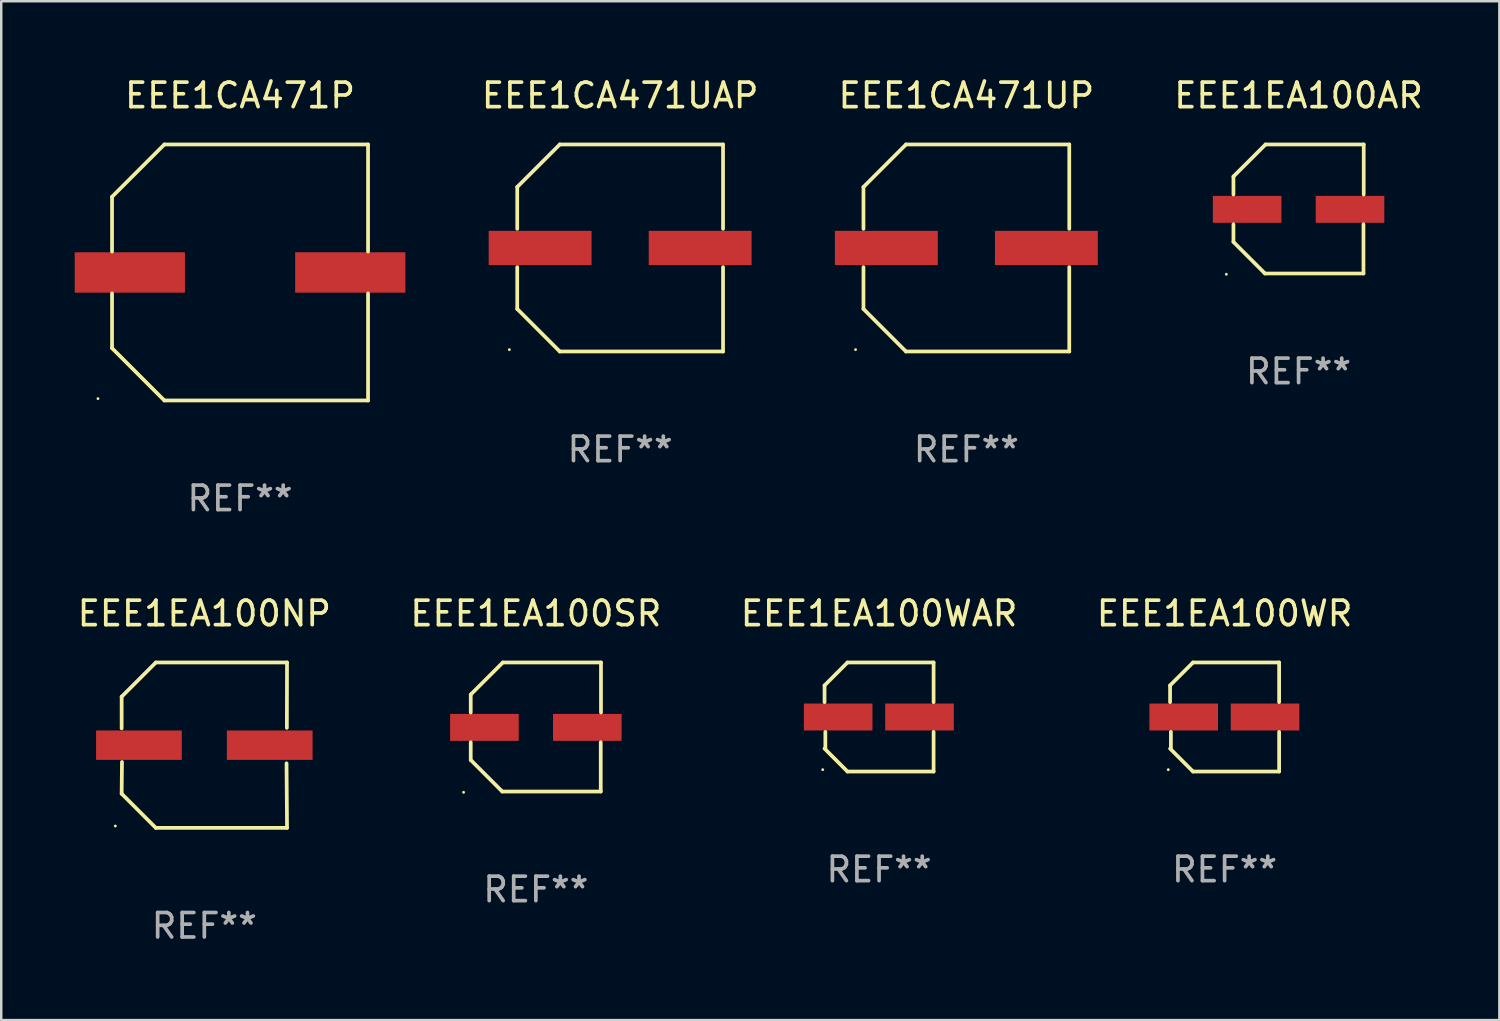
<source format=kicad_pcb>
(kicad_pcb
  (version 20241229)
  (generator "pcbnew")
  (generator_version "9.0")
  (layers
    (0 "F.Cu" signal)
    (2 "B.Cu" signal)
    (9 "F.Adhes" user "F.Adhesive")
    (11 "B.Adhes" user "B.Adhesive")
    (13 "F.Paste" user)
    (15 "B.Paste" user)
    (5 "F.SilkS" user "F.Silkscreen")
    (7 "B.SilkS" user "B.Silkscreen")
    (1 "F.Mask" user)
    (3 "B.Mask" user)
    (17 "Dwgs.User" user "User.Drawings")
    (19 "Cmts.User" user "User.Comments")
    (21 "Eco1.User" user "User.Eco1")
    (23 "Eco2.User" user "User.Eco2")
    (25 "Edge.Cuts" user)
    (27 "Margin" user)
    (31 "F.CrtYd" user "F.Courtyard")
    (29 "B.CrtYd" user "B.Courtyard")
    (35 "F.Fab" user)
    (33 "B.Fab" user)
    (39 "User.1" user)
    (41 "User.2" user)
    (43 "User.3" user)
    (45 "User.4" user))
  (footprint "EEE1EA100AR"
    (layer "F.Cu")
    (at 49.966 5.482)
    (property "Reference" "EEE1EA100AR" (at 0 -4.634 0) (layer "F.SilkS") (effects (font (size 1 1) (thickness 0.15))))
    (attr through_hole)
    (fp_line (start -2.659 -1.326) (end -2.659 -0.592) (stroke (width 0.152) (type solid)) (layer "F.SilkS"))
    (fp_line (start -2.659 1.346) (end -2.659 0.622) (stroke (width 0.152) (type solid)) (layer "F.SilkS"))
    (fp_line (start -1.372 2.634) (end -2.659 1.346) (stroke (width 0.152) (type solid)) (layer "F.SilkS"))
    (fp_line (start -1.349 -2.634) (end -2.659 -1.326) (stroke (width 0.152) (type solid)) (layer "F.SilkS"))
    (fp_line (start 2.649 0.622) (end 2.649 2.634) (stroke (width 0.152) (type solid)) (layer "F.SilkS"))
    (fp_line (start 2.649 2.634) (end -1.372 2.634) (stroke (width 0.152) (type solid)) (layer "F.SilkS"))
    (fp_line (start 2.659 -2.634) (end -1.349 -2.634) (stroke (width 0.152) (type solid)) (layer "F.SilkS"))
    (fp_line (start 2.659 -0.592) (end 2.659 -2.634) (stroke (width 0.152) (type solid)) (layer "F.SilkS"))
    (fp_circle (center -2.95 2.665) (end -2.92 2.665) (stroke (width 0.06) (type solid)) (fill no) (layer "F.SilkS"))
    (fp_text user "REF**" (at 0 6.634 0) (layer "F.Fab") (effects (font (size 1 1) (thickness 0.15))))
    (pad "1" smd rect (at -2.1 0.015) (size 2.8 1.1) (layers "F.Cu" "F.Mask" "F.Paste"))
    (pad "2" smd rect (at 2.1 0.015) (size 2.8 1.1) (layers "F.Cu" "F.Mask" "F.Paste")))
  (footprint "EEE1EA100SR"
    (layer "F.Cu")
    (at 18.827 26.631)
    (property "Reference" "EEE1EA100SR" (at 0 -4.634 0) (layer "F.SilkS") (effects (font (size 1 1) (thickness 0.15))))
    (attr through_hole)
    (fp_line (start -2.659 -1.326) (end -2.659 -0.592) (stroke (width 0.152) (type solid)) (layer "F.SilkS"))
    (fp_line (start -2.659 1.346) (end -2.659 0.622) (stroke (width 0.152) (type solid)) (layer "F.SilkS"))
    (fp_line (start -1.372 2.634) (end -2.659 1.346) (stroke (width 0.152) (type solid)) (layer "F.SilkS"))
    (fp_line (start -1.349 -2.634) (end -2.659 -1.326) (stroke (width 0.152) (type solid)) (layer "F.SilkS"))
    (fp_line (start 2.649 0.622) (end 2.649 2.634) (stroke (width 0.152) (type solid)) (layer "F.SilkS"))
    (fp_line (start 2.649 2.634) (end -1.372 2.634) (stroke (width 0.152) (type solid)) (layer "F.SilkS"))
    (fp_line (start 2.659 -2.634) (end -1.349 -2.634) (stroke (width 0.152) (type solid)) (layer "F.SilkS"))
    (fp_line (start 2.659 -0.592) (end 2.659 -2.634) (stroke (width 0.152) (type solid)) (layer "F.SilkS"))
    (fp_circle (center -2.95 2.665) (end -2.92 2.665) (stroke (width 0.06) (type solid)) (fill no) (layer "F.SilkS"))
    (fp_text user "REF**" (at 0 6.634 0) (layer "F.Fab") (effects (font (size 1 1) (thickness 0.15))))
    (pad "1" smd rect (at -2.1 0.015) (size 2.8 1.1) (layers "F.Cu" "F.Mask" "F.Paste"))
    (pad "2" smd rect (at 2.1 0.015) (size 2.8 1.1) (layers "F.Cu" "F.Mask" "F.Paste")))
  (footprint "EEE1CA471UAP"
    (layer "F.Cu")
    (at 22.268 7.074)
    (property "Reference" "EEE1CA471UAP" (at 0 -6.226 0) (layer "F.SilkS") (effects (font (size 1 1) (thickness 0.15))))
    (attr through_hole)
    (fp_line (start -4.201 -2.49) (end -4.201 -0.782) (stroke (width 0.152) (type solid)) (layer "F.SilkS"))
    (fp_line (start -4.201 2.49) (end -4.201 0.782) (stroke (width 0.152) (type solid)) (layer "F.SilkS"))
    (fp_line (start -2.465 -4.226) (end -4.201 -2.49) (stroke (width 0.152) (type solid)) (layer "F.SilkS"))
    (fp_line (start -2.465 4.226) (end -4.201 2.49) (stroke (width 0.152) (type solid)) (layer "F.SilkS"))
    (fp_line (start 4.201 -4.226) (end -2.465 -4.226) (stroke (width 0.152) (type solid)) (layer "F.SilkS"))
    (fp_line (start 4.201 -0.782) (end 4.201 -4.226) (stroke (width 0.152) (type solid)) (layer "F.SilkS"))
    (fp_line (start 4.201 0.782) (end 4.201 4.226) (stroke (width 0.152) (type solid)) (layer "F.SilkS"))
    (fp_line (start 4.201 4.226) (end -2.465 4.226) (stroke (width 0.152) (type solid)) (layer "F.SilkS"))
    (fp_circle (center -4.524 4.15) (end -4.494 4.15) (stroke (width 0.06) (type solid)) (fill no) (layer "F.SilkS"))
    (fp_text user "REF**" (at 0 8.226 0) (layer "F.Fab") (effects (font (size 1 1) (thickness 0.15))))
    (pad "1" smd rect (at -3.267 0) (size 4.2 1.4) (layers "F.Cu" "F.Mask" "F.Paste"))
    (pad "2" smd rect (at 3.267 0) (size 4.2 1.4) (layers "F.Cu" "F.Mask" "F.Paste")))
  (footprint "EEE1CA471P"
    (layer "F.Cu")
    (at 6.75 8.074)
    (property "Reference" "EEE1CA471P" (at 0 -7.226 0) (layer "F.SilkS") (effects (font (size 1 1) (thickness 0.15))))
    (attr through_hole)
    (fp_line (start -5.226 -3.09) (end -5.226 -0.852) (stroke (width 0.152) (type solid)) (layer "F.SilkS"))
    (fp_line (start -5.226 3.09) (end -5.226 0.852) (stroke (width 0.152) (type solid)) (layer "F.SilkS"))
    (fp_line (start -3.09 -5.226) (end -5.226 -3.09) (stroke (width 0.152) (type solid)) (layer "F.SilkS"))
    (fp_line (start -3.09 5.226) (end -5.226 3.09) (stroke (width 0.152) (type solid)) (layer "F.SilkS"))
    (fp_line (start 5.226 -5.226) (end -3.09 -5.226) (stroke (width 0.152) (type solid)) (layer "F.SilkS"))
    (fp_line (start 5.226 -0.852) (end 5.226 -5.226) (stroke (width 0.152) (type solid)) (layer "F.SilkS"))
    (fp_line (start 5.226 0.852) (end 5.226 5.226) (stroke (width 0.152) (type solid)) (layer "F.SilkS"))
    (fp_line (start 5.226 5.226) (end -3.09 5.226) (stroke (width 0.152) (type solid)) (layer "F.SilkS"))
    (fp_circle (center -5.8 5.15) (end -5.77 5.15) (stroke (width 0.06) (type solid)) (fill no) (layer "F.SilkS"))
    (fp_text user "REF**" (at 0 9.226 0) (layer "F.Fab") (effects (font (size 1 1) (thickness 0.15))))
    (pad "1" smd rect (at -4.5 0) (size 4.5 1.65) (layers "F.Cu" "F.Mask" "F.Paste"))
    (pad "2" smd rect (at 4.5 0) (size 4.5 1.65) (layers "F.Cu" "F.Mask" "F.Paste")))
  (footprint "EEE1EA100WAR"
    (layer "F.Cu")
    (at 32.839 26.223)
    (property "Reference" "EEE1EA100WAR" (at 0 -4.226 0) (layer "F.SilkS") (effects (font (size 1 1) (thickness 0.15))))
    (attr through_hole)
    (fp_line (start -2.226 -1.29) (end -2.226 -0.607) (stroke (width 0.152) (type solid)) (layer "F.SilkS"))
    (fp_line (start -2.193 1.29) (end -2.193 0.607) (stroke (width 0.152) (type solid)) (layer "F.SilkS"))
    (fp_line (start -1.29 2.226) (end -2.226 1.29) (stroke (width 0.152) (type solid)) (layer "F.SilkS"))
    (fp_line (start -1.29 -2.226) (end -2.226 -1.29) (stroke (width 0.152) (type solid)) (layer "F.SilkS"))
    (fp_line (start 2.226 -2.226) (end -1.29 -2.226) (stroke (width 0.152) (type solid)) (layer "F.SilkS"))
    (fp_line (start 2.226 -0.607) (end 2.226 -2.226) (stroke (width 0.152) (type solid)) (layer "F.SilkS"))
    (fp_line (start 2.226 0.607) (end 2.226 2.226) (stroke (width 0.152) (type solid)) (layer "F.SilkS"))
    (fp_line (start 2.226 2.226) (end -1.29 2.226) (stroke (width 0.152) (type solid)) (layer "F.SilkS"))
    (fp_circle (center -2.3 2.15) (end -2.27 2.15) (stroke (width 0.06) (type solid)) (fill no) (layer "F.SilkS"))
    (fp_text user "REF**" (at 0 6.226 0) (layer "F.Fab") (effects (font (size 1 1) (thickness 0.15))))
    (pad "1" smd rect (at -1.67 -0.000025) (size 2.8 1.1) (layers "F.Cu" "F.Mask" "F.Paste"))
    (pad "2" smd rect (at 1.651 -0.000025) (size 2.8 1.1) (layers "F.Cu" "F.Mask" "F.Paste")))
  (footprint "EEE1EA100NP"
    (layer "F.Cu")
    (at 5.292 27.373)
    (property "Reference" "EEE1EA100NP" (at 0 -5.376 0) (layer "F.SilkS") (effects (font (size 1 1) (thickness 0.15))))
    (attr through_hole)
    (fp_line (start -3.376 -1.98) (end -3.376 -0.686) (stroke (width 0.152) (type solid)) (layer "F.SilkS"))
    (fp_line (start -3.376 1.981) (end -3.362 0.686) (stroke (width 0.152) (type solid)) (layer "F.SilkS"))
    (fp_line (start -1.981 3.376) (end -3.376 1.981) (stroke (width 0.152) (type solid)) (layer "F.SilkS"))
    (fp_line (start -1.98 -3.376) (end -3.376 -1.98) (stroke (width 0.152) (type solid)) (layer "F.SilkS"))
    (fp_line (start 3.356 0.74) (end 3.376 3.376) (stroke (width 0.152) (type solid)) (layer "F.SilkS"))
    (fp_line (start 3.369 -0.707) (end 3.376 -3.376) (stroke (width 0.152) (type solid)) (layer "F.SilkS"))
    (fp_line (start 3.376 3.376) (end -1.981 3.376) (stroke (width 0.152) (type solid)) (layer "F.SilkS"))
    (fp_line (start 3.376 -3.376) (end -1.98 -3.376) (stroke (width 0.152) (type solid)) (layer "F.SilkS"))
    (fp_circle (center -3.634 3.3) (end -3.604 3.3) (stroke (width 0.06) (type solid)) (fill no) (layer "F.SilkS"))
    (fp_text user "REF**" (at 0 7.376 0) (layer "F.Fab") (effects (font (size 1 1) (thickness 0.15))))
    (pad "1" smd rect (at -2.67 0.000254) (size 3.5 1.2) (layers "F.Cu" "F.Mask" "F.Paste"))
    (pad "2" smd rect (at 2.67 0.000254) (size 3.5 1.2) (layers "F.Cu" "F.Mask" "F.Paste")))
  (footprint "EEE1EA100WR"
    (layer "F.Cu")
    (at 46.946 26.223)
    (property "Reference" "EEE1EA100WR" (at 0 -4.226 0) (layer "F.SilkS") (effects (font (size 1 1) (thickness 0.15))))
    (attr through_hole)
    (fp_line (start -2.226 -1.29) (end -2.226 -0.607) (stroke (width 0.152) (type solid)) (layer "F.SilkS"))
    (fp_line (start -2.193 1.29) (end -2.193 0.607) (stroke (width 0.152) (type solid)) (layer "F.SilkS"))
    (fp_line (start -1.29 2.226) (end -2.226 1.29) (stroke (width 0.152) (type solid)) (layer "F.SilkS"))
    (fp_line (start -1.29 -2.226) (end -2.226 -1.29) (stroke (width 0.152) (type solid)) (layer "F.SilkS"))
    (fp_line (start 2.226 -2.226) (end -1.29 -2.226) (stroke (width 0.152) (type solid)) (layer "F.SilkS"))
    (fp_line (start 2.226 -0.607) (end 2.226 -2.226) (stroke (width 0.152) (type solid)) (layer "F.SilkS"))
    (fp_line (start 2.226 0.607) (end 2.226 2.226) (stroke (width 0.152) (type solid)) (layer "F.SilkS"))
    (fp_line (start 2.226 2.226) (end -1.29 2.226) (stroke (width 0.152) (type solid)) (layer "F.SilkS"))
    (fp_circle (center -2.3 2.15) (end -2.27 2.15) (stroke (width 0.06) (type solid)) (fill no) (layer "F.SilkS"))
    (fp_text user "REF**" (at 0 6.226 0) (layer "F.Fab") (effects (font (size 1 1) (thickness 0.15))))
    (pad "1" smd rect (at -1.67 -0.000025) (size 2.8 1.1) (layers "F.Cu" "F.Mask" "F.Paste"))
    (pad "2" smd rect (at 1.651 -0.000025) (size 2.8 1.1) (layers "F.Cu" "F.Mask" "F.Paste")))
  (footprint "EEE1CA471UP"
    (layer "F.Cu")
    (at 36.403 7.074)
    (property "Reference" "EEE1CA471UP" (at 0 -6.226 0) (layer "F.SilkS") (effects (font (size 1 1) (thickness 0.15))))
    (attr through_hole)
    (fp_line (start -4.201 -2.49) (end -4.201 -0.782) (stroke (width 0.152) (type solid)) (layer "F.SilkS"))
    (fp_line (start -4.201 2.49) (end -4.201 0.782) (stroke (width 0.152) (type solid)) (layer "F.SilkS"))
    (fp_line (start -2.465 -4.226) (end -4.201 -2.49) (stroke (width 0.152) (type solid)) (layer "F.SilkS"))
    (fp_line (start -2.465 4.226) (end -4.201 2.49) (stroke (width 0.152) (type solid)) (layer "F.SilkS"))
    (fp_line (start 4.201 -4.226) (end -2.465 -4.226) (stroke (width 0.152) (type solid)) (layer "F.SilkS"))
    (fp_line (start 4.201 -0.782) (end 4.201 -4.226) (stroke (width 0.152) (type solid)) (layer "F.SilkS"))
    (fp_line (start 4.201 0.782) (end 4.201 4.226) (stroke (width 0.152) (type solid)) (layer "F.SilkS"))
    (fp_line (start 4.201 4.226) (end -2.465 4.226) (stroke (width 0.152) (type solid)) (layer "F.SilkS"))
    (fp_circle (center -4.524 4.15) (end -4.494 4.15) (stroke (width 0.06) (type solid)) (fill no) (layer "F.SilkS"))
    (fp_text user "REF**" (at 0 8.226 0) (layer "F.Fab") (effects (font (size 1 1) (thickness 0.15))))
    (pad "1" smd rect (at -3.267 0) (size 4.2 1.4) (layers "F.Cu" "F.Mask" "F.Paste"))
    (pad "2" smd rect (at 3.267 0) (size 4.2 1.4) (layers "F.Cu" "F.Mask" "F.Paste")))
  (gr_rect
    (start -3 -3)
    (end 58.163 38.597)
    (stroke (width 0.1) (type default))
    (fill no)
    (layer "Edge.Cuts")))
</source>
